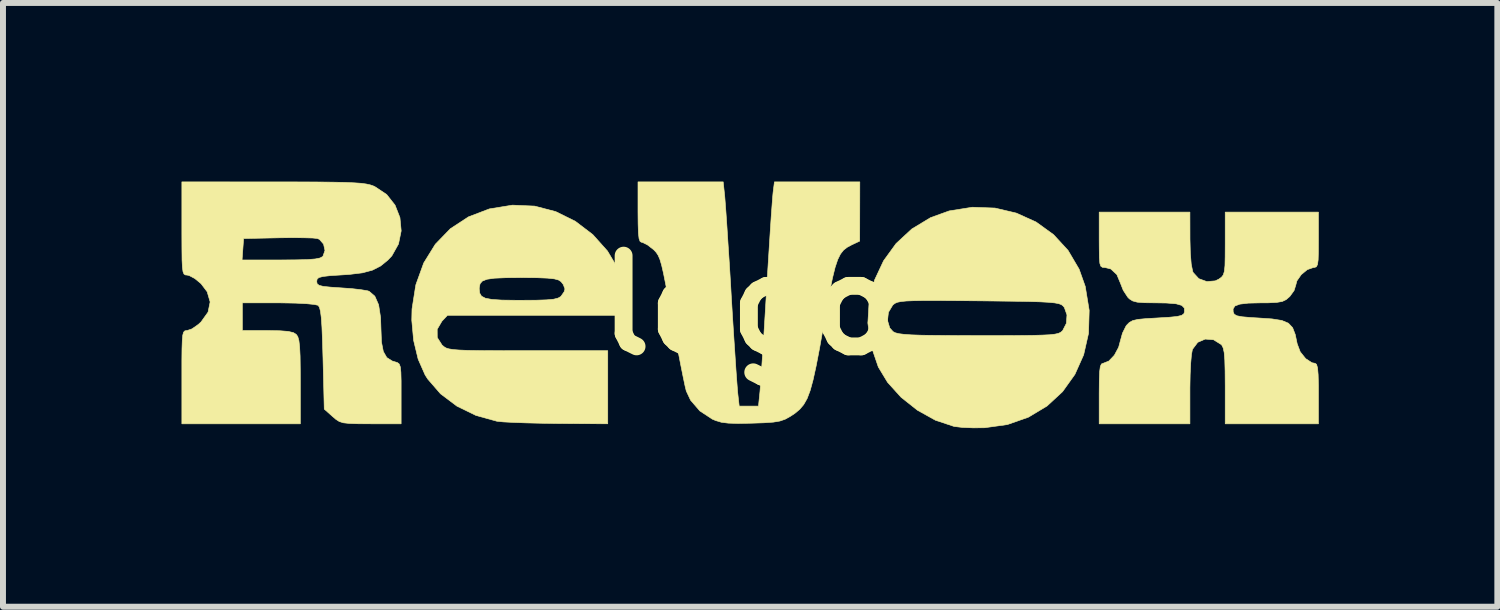
<source format=kicad_pcb>
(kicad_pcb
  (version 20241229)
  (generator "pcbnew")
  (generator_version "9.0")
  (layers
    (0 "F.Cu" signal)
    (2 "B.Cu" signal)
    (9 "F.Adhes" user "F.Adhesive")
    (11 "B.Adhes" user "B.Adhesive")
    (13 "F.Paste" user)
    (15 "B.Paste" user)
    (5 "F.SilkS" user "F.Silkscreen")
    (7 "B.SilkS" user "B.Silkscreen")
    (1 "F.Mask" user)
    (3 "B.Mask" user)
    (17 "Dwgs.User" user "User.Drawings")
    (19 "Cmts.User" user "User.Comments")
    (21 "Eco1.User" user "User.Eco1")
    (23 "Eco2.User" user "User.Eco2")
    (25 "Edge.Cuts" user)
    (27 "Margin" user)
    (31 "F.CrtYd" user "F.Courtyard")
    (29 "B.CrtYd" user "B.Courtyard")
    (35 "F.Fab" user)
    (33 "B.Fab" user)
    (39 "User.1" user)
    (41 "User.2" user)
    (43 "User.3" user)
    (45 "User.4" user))
  (footprint "logo"
    (layer "F.Cu")
    (at 9.53 2.079)
    (property "Reference" "logo" (at 0 0 0) (layer "F.SilkS") (effects (font (size 1.524 1.524) (thickness 0.3))))
    (attr through_hole)
    (fp_poly (pts (xy -3.599 -1.667) (xy -3.244 -1.574) (xy -2.916 -1.412) (xy -2.623 -1.189) (xy -2.376 -0.913) (xy -2.183 -0.59) (xy -2.053 -0.229) (xy -2.014 -0.032) (xy -1.984 0.169) (xy -5.065 0.169) (xy -5.157 0.267) (xy -5.236 0.402) (xy -5.235 0.541) (xy -5.154 0.668) (xy -5.151 0.67) (xy -5.122 0.695) (xy -5.088 0.716) (xy -5.04 0.731) (xy -4.969 0.743) (xy -4.865 0.751) (xy -4.719 0.757) (xy -4.522 0.76) (xy -4.265 0.761) (xy -3.937 0.762) (xy -3.712 0.762) (xy -2.371 0.762) (xy -2.371 1.99) (xy -3.207 1.985) (xy -3.478 1.981) (xy -3.734 1.975) (xy -3.955 1.967) (xy -4.127 1.958) (xy -4.231 1.947) (xy -4.233 1.947) (xy -4.584 1.85) (xy -4.904 1.694) (xy -5.18 1.486) (xy -5.395 1.238) (xy -5.439 1.169) (xy -5.556 0.904) (xy -5.632 0.589) (xy -5.663 0.25) (xy -5.659 0.062) (xy -5.606 -0.275) (xy -4.53 -0.275) (xy -4.522 -0.205) (xy -4.492 -0.154) (xy -4.428 -0.12) (xy -4.318 -0.099) (xy -4.15 -0.088) (xy -3.913 -0.085) (xy -3.826 -0.085) (xy -3.577 -0.086) (xy -3.4 -0.092) (xy -3.28 -0.103) (xy -3.205 -0.122) (xy -3.16 -0.148) (xy -3.157 -0.151) (xy -3.103 -0.229) (xy -3.09 -0.275) (xy -3.118 -0.35) (xy -3.157 -0.399) (xy -3.199 -0.426) (xy -3.27 -0.445) (xy -3.385 -0.457) (xy -3.555 -0.464) (xy -3.796 -0.466) (xy -3.826 -0.466) (xy -4.086 -0.464) (xy -4.274 -0.456) (xy -4.4 -0.438) (xy -4.477 -0.408) (xy -4.516 -0.363) (xy -4.529 -0.299) (xy -4.53 -0.275) (xy -5.606 -0.275) (xy -5.594 -0.347) (xy -5.462 -0.712) (xy -5.267 -1.027) (xy -5.015 -1.287) (xy -4.711 -1.486) (xy -4.36 -1.62) (xy -3.972 -1.683) (xy -3.599 -1.667)) (stroke (width 0.01) (type solid)) (fill yes) (layer "F.SilkS"))
    (fp_poly (pts (xy 4.134 -1.634) (xy 4.494 -1.549) (xy 4.825 -1.399) (xy 5.117 -1.188) (xy 5.361 -0.923) (xy 5.547 -0.607) (xy 5.65 -0.317) (xy 5.716 0.085) (xy 5.705 0.47) (xy 5.623 0.831) (xy 5.476 1.16) (xy 5.269 1.45) (xy 5.007 1.692) (xy 4.695 1.879) (xy 4.341 2.003) (xy 3.958 2.056) (xy 3.769 2.058) (xy 3.588 2.051) (xy 3.452 2.035) (xy 3.443 2.033) (xy 3.133 1.93) (xy 2.831 1.762) (xy 2.557 1.545) (xy 2.329 1.293) (xy 2.174 1.036) (xy 2.048 0.668) (xy 1.998 0.296) (xy 2.001 0.254) (xy 2.328 0.254) (xy 2.366 0.38) (xy 2.422 0.442) (xy 2.459 0.461) (xy 2.517 0.476) (xy 2.604 0.487) (xy 2.73 0.496) (xy 2.904 0.502) (xy 3.134 0.505) (xy 3.429 0.507) (xy 3.799 0.508) (xy 3.855 0.508) (xy 4.228 0.508) (xy 4.524 0.507) (xy 4.755 0.505) (xy 4.929 0.5) (xy 5.054 0.494) (xy 5.141 0.484) (xy 5.199 0.471) (xy 5.236 0.454) (xy 5.263 0.432) (xy 5.271 0.423) (xy 5.333 0.302) (xy 5.343 0.161) (xy 5.299 0.036) (xy 5.276 0.009) (xy 5.249 -0.012) (xy 5.205 -0.028) (xy 5.137 -0.041) (xy 5.034 -0.051) (xy 4.888 -0.059) (xy 4.691 -0.065) (xy 4.432 -0.069) (xy 4.103 -0.073) (xy 3.853 -0.076) (xy 3.478 -0.079) (xy 3.18 -0.081) (xy 2.947 -0.081) (xy 2.772 -0.078) (xy 2.644 -0.073) (xy 2.555 -0.064) (xy 2.496 -0.052) (xy 2.456 -0.035) (xy 2.427 -0.014) (xy 2.415 -0.002) (xy 2.344 0.117) (xy 2.328 0.254) (xy 2.001 0.254) (xy 2.02 -0.071) (xy 2.11 -0.423) (xy 2.262 -0.748) (xy 2.473 -1.039) (xy 2.737 -1.283) (xy 3.051 -1.473) (xy 3.364 -1.586) (xy 3.754 -1.648) (xy 4.134 -1.634)) (stroke (width 0.01) (type solid)) (fill yes) (layer "F.SilkS"))
    (fp_poly (pts (xy -0.406 -1.831) (xy -0.398 -1.73) (xy -0.385 -1.556) (xy -0.369 -1.323) (xy -0.351 -1.041) (xy -0.33 -0.723) (xy -0.309 -0.381) (xy -0.297 -0.169) (xy -0.276 0.18) (xy -0.255 0.511) (xy -0.235 0.813) (xy -0.218 1.073) (xy -0.203 1.28) (xy -0.192 1.422) (xy -0.188 1.471) (xy -0.163 1.693) (xy 0.161 1.693) (xy 0.186 1.45) (xy 0.194 1.35) (xy 0.206 1.177) (xy 0.222 0.943) (xy 0.241 0.661) (xy 0.261 0.341) (xy 0.282 -0.003) (xy 0.297 -0.254) (xy 0.318 -0.606) (xy 0.339 -0.937) (xy 0.358 -1.238) (xy 0.375 -1.496) (xy 0.39 -1.7) (xy 0.401 -1.84) (xy 0.406 -1.894) (xy 0.429 -2.074) (xy 1.863 -2.074) (xy 1.862 -1.577) (xy 1.861 -1.079) (xy 1.727 -1.016) (xy 1.652 -0.976) (xy 1.59 -0.928) (xy 1.538 -0.862) (xy 1.492 -0.769) (xy 1.448 -0.638) (xy 1.404 -0.46) (xy 1.356 -0.226) (xy 1.301 0.075) (xy 1.251 0.357) (xy 1.186 0.725) (xy 1.129 1.02) (xy 1.078 1.252) (xy 1.029 1.431) (xy 0.978 1.566) (xy 0.92 1.668) (xy 0.853 1.747) (xy 0.773 1.814) (xy 0.691 1.868) (xy 0.609 1.913) (xy 0.522 1.943) (xy 0.41 1.962) (xy 0.253 1.973) (xy 0.042 1.98) (xy -0.183 1.984) (xy -0.345 1.979) (xy -0.463 1.964) (xy -0.557 1.936) (xy -0.614 1.912) (xy -0.824 1.774) (xy -0.98 1.593) (xy -1.052 1.439) (xy -1.072 1.357) (xy -1.104 1.205) (xy -1.146 0.996) (xy -1.195 0.744) (xy -1.248 0.461) (xy -1.289 0.233) (xy -1.348 -0.092) (xy -1.396 -0.344) (xy -1.434 -0.535) (xy -1.466 -0.674) (xy -1.495 -0.772) (xy -1.524 -0.839) (xy -1.556 -0.888) (xy -1.593 -0.928) (xy -1.609 -0.942) (xy -1.705 -1.016) (xy -1.785 -1.056) (xy -1.8 -1.058) (xy -1.827 -1.072) (xy -1.845 -1.12) (xy -1.856 -1.215) (xy -1.861 -1.372) (xy -1.863 -1.566) (xy -1.863 -2.074) (xy -0.432 -2.074) (xy -0.406 -1.831)) (stroke (width 0.01) (type solid)) (fill yes) (layer "F.SilkS"))
    (fp_poly (pts (xy 7.409 -1.111) (xy 7.415 -0.878) (xy 7.43 -0.693) (xy 7.454 -0.573) (xy 7.462 -0.552) (xy 7.557 -0.448) (xy 7.692 -0.399) (xy 7.834 -0.411) (xy 7.894 -0.44) (xy 7.938 -0.472) (xy 7.968 -0.51) (xy 7.987 -0.571) (xy 7.997 -0.668) (xy 8 -0.819) (xy 8.001 -1.038) (xy 8.001 -1.566) (xy 9.567 -1.566) (xy 9.567 -1.101) (xy 9.566 -0.897) (xy 9.562 -0.763) (xy 9.551 -0.685) (xy 9.531 -0.647) (xy 9.499 -0.636) (xy 9.481 -0.635) (xy 9.38 -0.6) (xy 9.278 -0.516) (xy 9.205 -0.411) (xy 9.186 -0.339) (xy 9.158 -0.249) (xy 9.088 -0.152) (xy 9.082 -0.146) (xy 9.024 -0.096) (xy 8.959 -0.065) (xy 8.865 -0.049) (xy 8.72 -0.042) (xy 8.606 -0.042) (xy 8.39 -0.037) (xy 8.246 -0.02) (xy 8.164 0.011) (xy 8.133 0.061) (xy 8.135 0.111) (xy 8.152 0.149) (xy 8.196 0.175) (xy 8.284 0.192) (xy 8.431 0.205) (xy 8.552 0.212) (xy 8.787 0.228) (xy 8.952 0.254) (xy 9.062 0.3) (xy 9.133 0.375) (xy 9.177 0.489) (xy 9.21 0.646) (xy 9.261 0.781) (xy 9.352 0.895) (xy 9.458 0.964) (xy 9.51 0.974) (xy 9.535 0.991) (xy 9.552 1.051) (xy 9.562 1.165) (xy 9.567 1.346) (xy 9.567 1.482) (xy 9.567 1.99) (xy 8.001 1.99) (xy 8.001 1.358) (xy 7.999 1.103) (xy 7.994 0.92) (xy 7.984 0.795) (xy 7.967 0.716) (xy 7.943 0.668) (xy 7.935 0.659) (xy 7.805 0.578) (xy 7.665 0.567) (xy 7.54 0.621) (xy 7.453 0.736) (xy 7.449 0.746) (xy 7.434 0.827) (xy 7.421 0.973) (xy 7.412 1.165) (xy 7.408 1.383) (xy 7.408 1.421) (xy 7.408 1.99) (xy 5.884 1.99) (xy 5.884 1.482) (xy 5.886 1.264) (xy 5.891 1.117) (xy 5.903 1.028) (xy 5.922 0.985) (xy 5.95 0.974) (xy 6.046 0.936) (xy 6.139 0.838) (xy 6.211 0.704) (xy 6.237 0.606) (xy 6.275 0.468) (xy 6.334 0.349) (xy 6.346 0.333) (xy 6.391 0.287) (xy 6.448 0.256) (xy 6.535 0.236) (xy 6.672 0.223) (xy 6.864 0.212) (xy 7.063 0.2) (xy 7.192 0.187) (xy 7.268 0.169) (xy 7.305 0.143) (xy 7.317 0.111) (xy 7.315 0.046) (xy 7.271 0.001) (xy 7.176 -0.026) (xy 7.016 -0.039) (xy 6.834 -0.042) (xy 6.647 -0.044) (xy 6.524 -0.053) (xy 6.446 -0.074) (xy 6.391 -0.109) (xy 6.363 -0.138) (xy 6.288 -0.253) (xy 6.246 -0.36) (xy 6.181 -0.516) (xy 6.079 -0.611) (xy 5.984 -0.635) (xy 5.94 -0.638) (xy 5.912 -0.657) (xy 5.895 -0.706) (xy 5.887 -0.8) (xy 5.885 -0.955) (xy 5.884 -1.101) (xy 5.884 -1.566) (xy 7.408 -1.566) (xy 7.409 -1.111)) (stroke (width 0.01) (type solid)) (fill yes) (layer "F.SilkS"))
    (fp_poly (pts (xy -7.99 -2.073) (xy -7.585 -2.073) (xy -7.256 -2.072) (xy -6.993 -2.069) (xy -6.788 -2.065) (xy -6.631 -2.058) (xy -6.513 -2.05) (xy -6.426 -2.038) (xy -6.359 -2.023) (xy -6.305 -2.004) (xy -6.282 -1.993) (xy -6.085 -1.862) (xy -5.944 -1.683) (xy -5.862 -1.474) (xy -5.841 -1.251) (xy -5.886 -1.031) (xy -5.998 -0.831) (xy -6.065 -0.76) (xy -6.188 -0.66) (xy -6.324 -0.591) (xy -6.492 -0.546) (xy -6.715 -0.519) (xy -6.837 -0.511) (xy -7.03 -0.499) (xy -7.154 -0.485) (xy -7.223 -0.467) (xy -7.253 -0.441) (xy -7.26 -0.402) (xy -7.253 -0.362) (xy -7.221 -0.336) (xy -7.149 -0.318) (xy -7.02 -0.305) (xy -6.858 -0.294) (xy -6.674 -0.281) (xy -6.517 -0.263) (xy -6.409 -0.245) (xy -6.38 -0.236) (xy -6.284 -0.154) (xy -6.22 -0.009) (xy -6.187 0.206) (xy -6.181 0.391) (xy -6.172 0.618) (xy -6.141 0.776) (xy -6.083 0.877) (xy -5.992 0.935) (xy -5.949 0.948) (xy -5.904 0.962) (xy -5.874 0.986) (xy -5.855 1.036) (xy -5.846 1.125) (xy -5.842 1.27) (xy -5.842 1.482) (xy -5.842 1.99) (xy -6.349 1.99) (xy -6.564 1.989) (xy -6.713 1.984) (xy -6.813 1.973) (xy -6.882 1.951) (xy -6.939 1.914) (xy -6.995 1.866) (xy -7.133 1.743) (xy -7.154 0.891) (xy -7.163 0.592) (xy -7.172 0.366) (xy -7.183 0.205) (xy -7.197 0.098) (xy -7.214 0.033) (xy -7.236 0.001) (xy -7.239 -0.001) (xy -7.303 -0.015) (xy -7.434 -0.028) (xy -7.615 -0.037) (xy -7.83 -0.041) (xy -7.906 -0.042) (xy -8.509 -0.042) (xy -8.509 0.423) (xy -8.089 0.423) (xy -7.879 0.427) (xy -7.738 0.438) (xy -7.65 0.459) (xy -7.602 0.49) (xy -7.577 0.528) (xy -7.559 0.593) (xy -7.547 0.696) (xy -7.539 0.851) (xy -7.536 1.069) (xy -7.535 1.273) (xy -7.535 1.99) (xy -9.525 1.99) (xy -9.525 1.206) (xy -9.525 0.931) (xy -9.523 0.73) (xy -9.518 0.59) (xy -9.51 0.501) (xy -9.496 0.451) (xy -9.475 0.429) (xy -9.446 0.423) (xy -9.436 0.423) (xy -9.354 0.395) (xy -9.25 0.322) (xy -9.203 0.279) (xy -9.085 0.114) (xy -9.05 -0.057) (xy -9.1 -0.228) (xy -9.203 -0.364) (xy -9.307 -0.45) (xy -9.403 -0.501) (xy -9.436 -0.508) (xy -9.467 -0.511) (xy -9.49 -0.527) (xy -9.506 -0.567) (xy -9.516 -0.643) (xy -9.522 -0.762) (xy -8.514 -0.762) (xy -7.86 -0.762) (xy -7.6 -0.764) (xy -7.412 -0.769) (xy -7.285 -0.779) (xy -7.205 -0.795) (xy -7.162 -0.818) (xy -7.155 -0.825) (xy -7.121 -0.922) (xy -7.145 -1.029) (xy -7.214 -1.108) (xy -7.25 -1.123) (xy -7.327 -1.131) (xy -7.469 -1.135) (xy -7.657 -1.137) (xy -7.874 -1.135) (xy -7.916 -1.134) (xy -8.488 -1.122) (xy -8.501 -0.942) (xy -8.514 -0.762) (xy -9.522 -0.762) (xy -9.522 -0.767) (xy -9.524 -0.949) (xy -9.525 -1.201) (xy -9.525 -1.291) (xy -9.525 -2.074) (xy -7.99 -2.073)) (stroke (width 0.01) (type solid)) (fill yes) (layer "F.SilkS")))
  (gr_rect
    (start -3 -3)
    (end 22.102 7.142)
    (stroke (width 0.1) (type default))
    (fill no)
    (layer "Edge.Cuts")))
</source>
